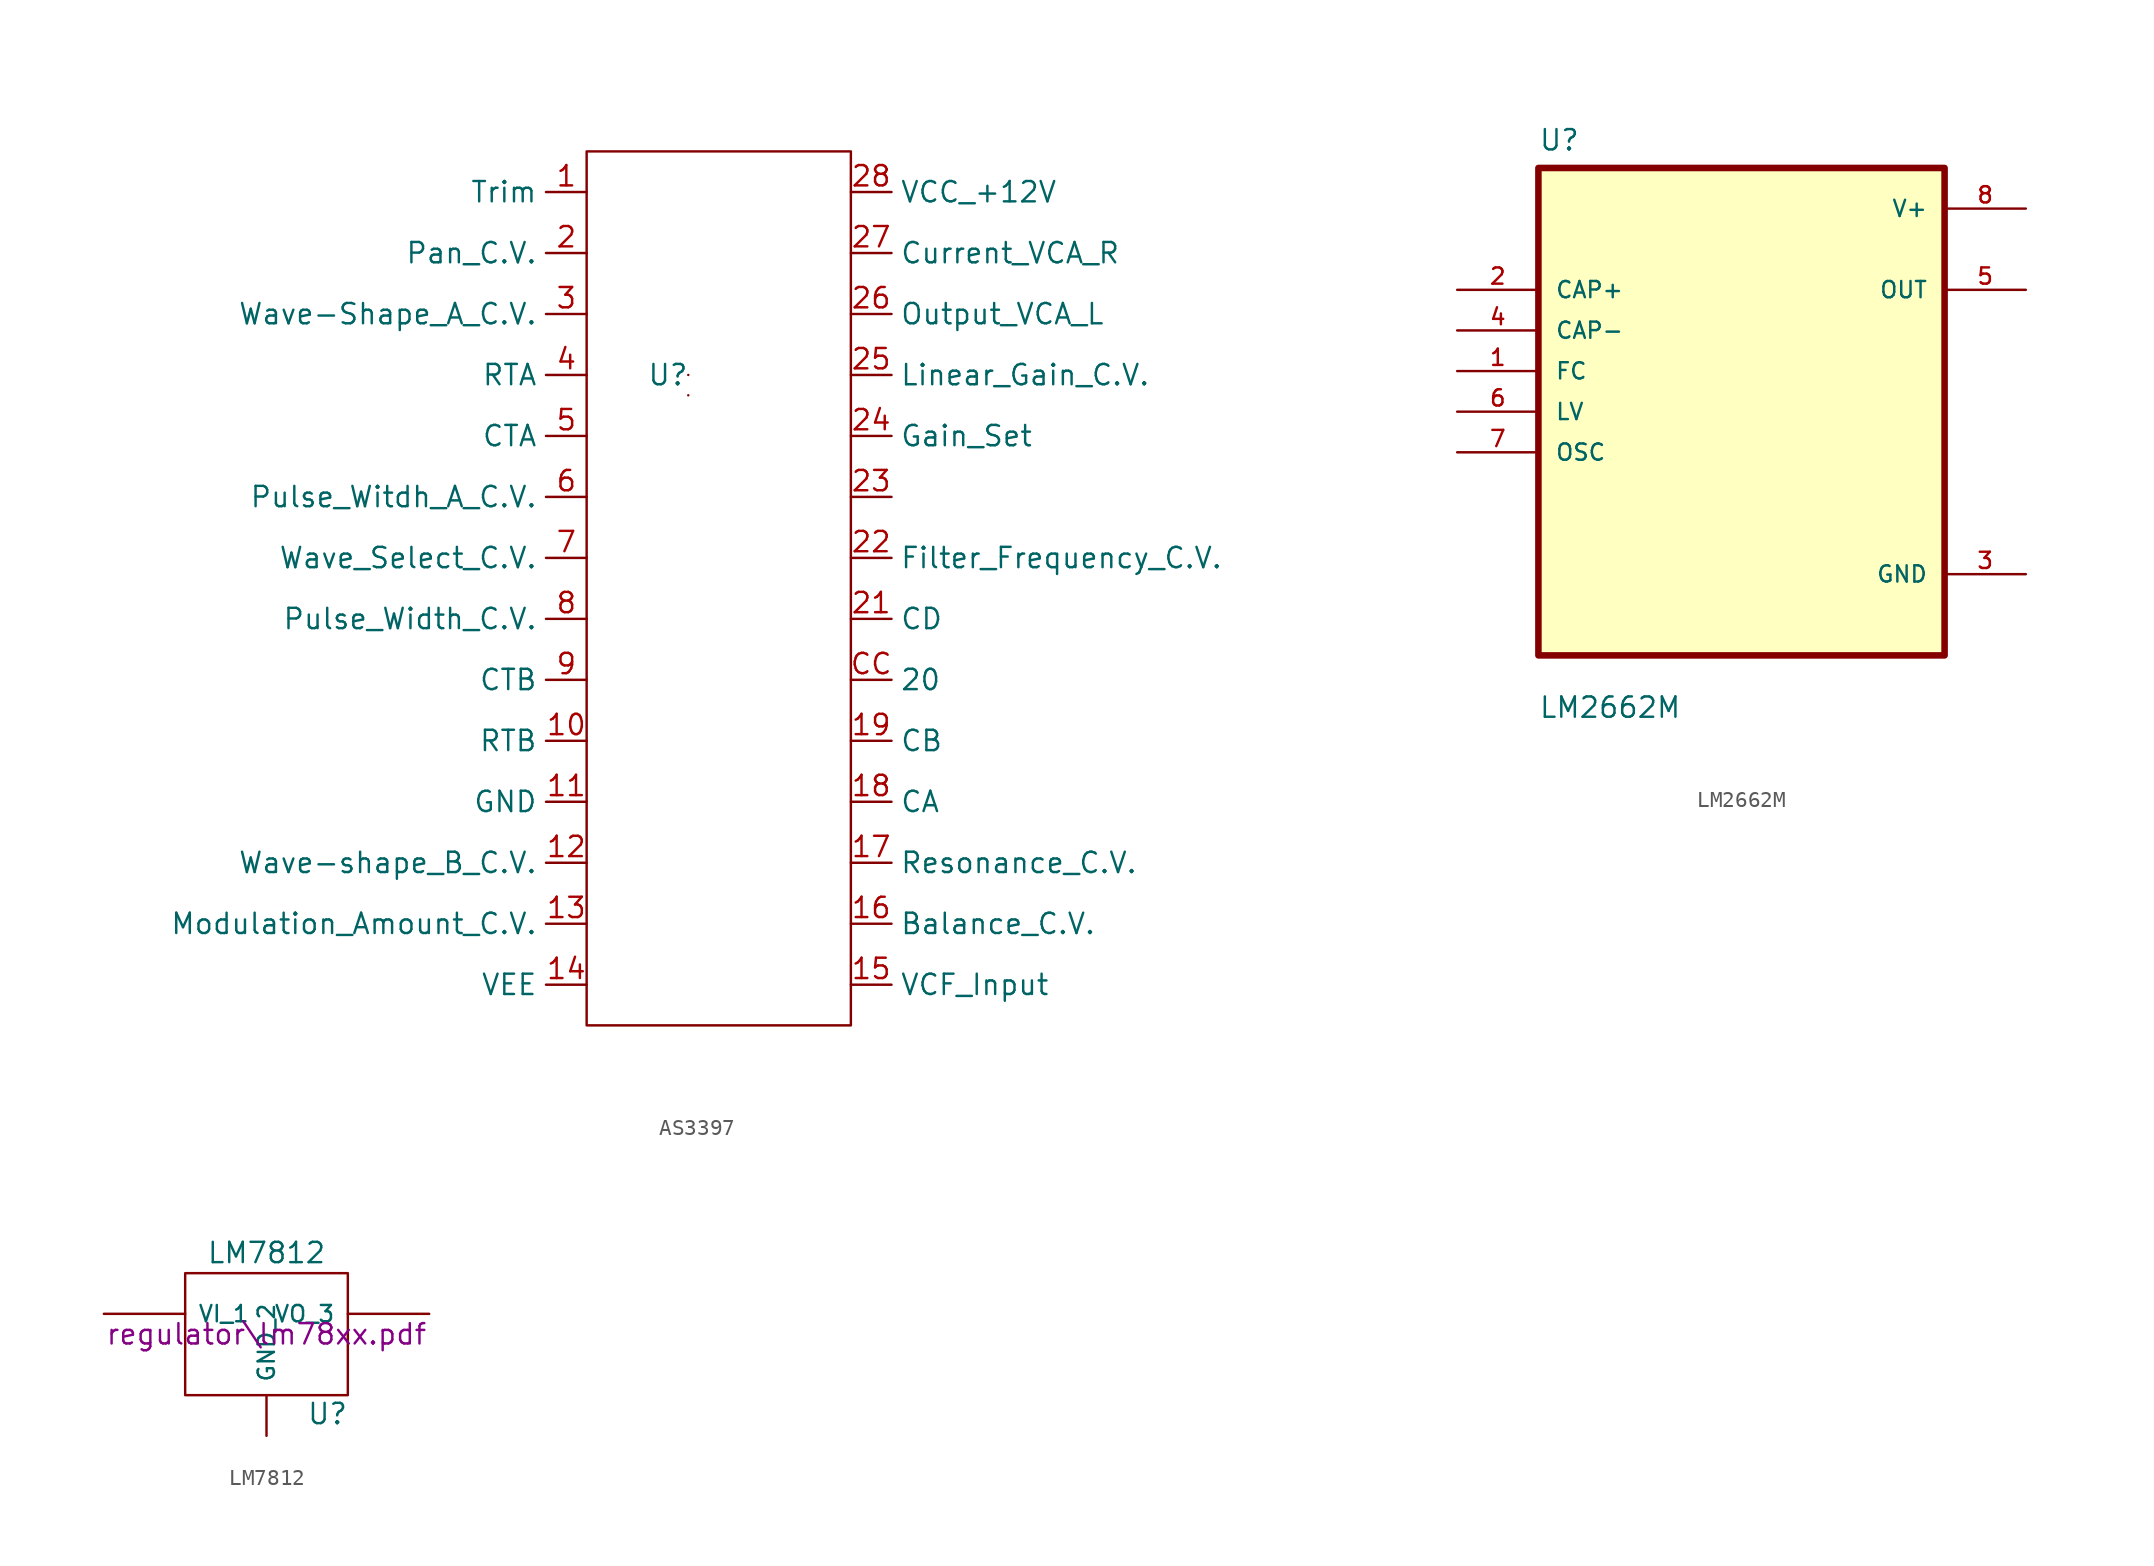
<source format=kicad_sym>
(kicad_symbol_lib
  (version 20220914)
  (generator kicad_symbol_editor)
  (symbol "AS3397"
    (property "Reference" "U"
      (at 0 0 0)
      (effects (font (size 1.27 1.27))))
    (property "Value" ""
      (at 0 0 0)
      (effects (font (size 1.27 1.27))))
    (symbol "AS3397_0_1"
      (rectangle (start -5.08 13.97) (end 11.43 -40.64) (stroke (width 0) (type default)) (fill (type none)))
      (rectangle (start 1.27 -1.27) (end 1.27 -1.27) (stroke (width 0) (type default)) (fill (type none)))
      (rectangle (start 1.27 0) (end 1.27 0) (stroke (width 0) (type default)) (fill (type none))))
    (symbol "AS3397_1_1"
      (pin input line (at -5.08 11.43 180) (length 2.54) (name "Trim" (effects (font (size 1.27 1.27)))) (number "1" (effects (font (size 1.27 1.27)))))
      (pin input line (at -5.08 -22.86 180) (length 2.54) (name "RTB" (effects (font (size 1.27 1.27)))) (number "10" (effects (font (size 1.27 1.27)))))
      (pin input line (at -5.08 -26.67 180) (length 2.54) (name "GND" (effects (font (size 1.27 1.27)))) (number "11" (effects (font (size 1.27 1.27)))))
      (pin input line (at -5.08 -30.48 180) (length 2.54) (name "Wave-shape_B_C.V." (effects (font (size 1.27 1.27)))) (number "12" (effects (font (size 1.27 1.27)))))
      (pin input line (at -5.08 -34.29 180) (length 2.54) (name "Modulation_Amount_C.V." (effects (font (size 1.27 1.27)))) (number "13" (effects (font (size 1.27 1.27)))))
      (pin input line (at -5.08 -38.1 180) (length 2.54) (name "VEE" (effects (font (size 1.27 1.27)))) (number "14" (effects (font (size 1.27 1.27)))))
      (pin input line (at 11.43 -38.1 0) (length 2.54) (name "VCF_Input" (effects (font (size 1.27 1.27)))) (number "15" (effects (font (size 1.27 1.27)))))
      (pin input line (at 11.43 -34.29 0) (length 2.54) (name "Balance_C.V." (effects (font (size 1.27 1.27)))) (number "16" (effects (font (size 1.27 1.27)))))
      (pin input line (at 11.43 -30.48 0) (length 2.54) (name "Resonance_C.V." (effects (font (size 1.27 1.27)))) (number "17" (effects (font (size 1.27 1.27)))))
      (pin input line (at 11.43 -26.67 0) (length 2.54) (name "CA" (effects (font (size 1.27 1.27)))) (number "18" (effects (font (size 1.27 1.27)))))
      (pin input line (at 11.43 -22.86 0) (length 2.54) (name "CB" (effects (font (size 1.27 1.27)))) (number "19" (effects (font (size 1.27 1.27)))))
      (pin input line (at -5.08 7.62 180) (length 2.54) (name "Pan_C.V." (effects (font (size 1.27 1.27)))) (number "2" (effects (font (size 1.27 1.27)))))
      (pin input line (at 11.43 -15.24 0) (length 2.54) (name "CD" (effects (font (size 1.27 1.27)))) (number "21" (effects (font (size 1.27 1.27)))))
      (pin input line (at 11.43 -11.43 0) (length 2.54) (name "Filter_Frequency_C.V." (effects (font (size 1.27 1.27)))) (number "22" (effects (font (size 1.27 1.27)))))
      (pin input line (at 11.43 -7.62 0) (length 2.54) (name "" (effects (font (size 1.27 1.27)))) (number "23" (effects (font (size 1.27 1.27)))))
      (pin input line (at 11.43 -3.81 0) (length 2.54) (name "Gain_Set" (effects (font (size 1.27 1.27)))) (number "24" (effects (font (size 1.27 1.27)))))
      (pin input line (at 11.43 0 0) (length 2.54) (name "Linear_Gain_C.V." (effects (font (size 1.27 1.27)))) (number "25" (effects (font (size 1.27 1.27)))))
      (pin input line (at 11.43 3.81 0) (length 2.54) (name "Output_VCA_L" (effects (font (size 1.27 1.27)))) (number "26" (effects (font (size 1.27 1.27)))))
      (pin input line (at 11.43 7.62 0) (length 2.54) (name "Current_VCA_R" (effects (font (size 1.27 1.27)))) (number "27" (effects (font (size 1.27 1.27)))))
      (pin input line (at 11.43 11.43 0) (length 2.54) (name "VCC_+12V" (effects (font (size 1.27 1.27)))) (number "28" (effects (font (size 1.27 1.27)))))
      (pin input line (at -5.08 3.81 180) (length 2.54) (name "Wave-Shape_A_C.V." (effects (font (size 1.27 1.27)))) (number "3" (effects (font (size 1.27 1.27)))))
      (pin input line (at -5.08 0 180) (length 2.54) (name "RTA" (effects (font (size 1.27 1.27)))) (number "4" (effects (font (size 1.27 1.27)))))
      (pin input line (at -5.08 -3.81 180) (length 2.54) (name "CTA" (effects (font (size 1.27 1.27)))) (number "5" (effects (font (size 1.27 1.27)))))
      (pin input line (at -5.08 -7.62 180) (length 2.54) (name "Pulse_Witdh_A_C.V." (effects (font (size 1.27 1.27)))) (number "6" (effects (font (size 1.27 1.27)))))
      (pin input line (at -5.08 -11.43 180) (length 2.54) (name "Wave_Select_C.V." (effects (font (size 1.27 1.27)))) (number "7" (effects (font (size 1.27 1.27)))))
      (pin input line (at -5.08 -15.24 180) (length 2.54) (name "Pulse_Width_C.V." (effects (font (size 1.27 1.27)))) (number "8" (effects (font (size 1.27 1.27)))))
      (pin input line (at -5.08 -19.05 180) (length 2.54) (name "CTB" (effects (font (size 1.27 1.27)))) (number "9" (effects (font (size 1.27 1.27)))))
      (pin input line (at 11.43 -19.05 0) (length 2.54) (name "20" (effects (font (size 1.27 1.27)))) (number "CC" (effects (font (size 1.27 1.27)))))))
  (symbol "LM2662M"
    (pin_names
      (offset 1.016))
    (property "Reference" "U"
      (at -12.7 16.24 0)
      (effects (font (size 1.27 1.27)) (justify left bottom)))
    (property "Value" "LM2662M"
      (at -12.7 -19.24 0)
      (effects (font (size 1.27 1.27)) (justify left bottom)))
    (symbol "LM2662M_0_0"
      (rectangle (start -12.7 -15.24) (end 12.7 15.24) (stroke (width 0.41) (type default)) (fill (type background)))
      (pin input line (at -17.78 2.54 0) (length 5.08) (name "FC" (effects (font (size 1.016 1.016)))) (number "1" (effects (font (size 1.016 1.016)))))
      (pin input line (at -17.78 7.62 0) (length 5.08) (name "CAP+" (effects (font (size 1.016 1.016)))) (number "2" (effects (font (size 1.016 1.016)))))
      (pin power_in line (at 17.78 -10.16 180) (length 5.08) (name "GND" (effects (font (size 1.016 1.016)))) (number "3" (effects (font (size 1.016 1.016)))))
      (pin input line (at -17.78 5.08 0) (length 5.08) (name "CAP-" (effects (font (size 1.016 1.016)))) (number "4" (effects (font (size 1.016 1.016)))))
      (pin output line (at 17.78 7.62 180) (length 5.08) (name "OUT" (effects (font (size 1.016 1.016)))) (number "5" (effects (font (size 1.016 1.016)))))
      (pin input line (at -17.78 0 0) (length 5.08) (name "LV" (effects (font (size 1.016 1.016)))) (number "6" (effects (font (size 1.016 1.016)))))
      (pin input line (at -17.78 -2.54 0) (length 5.08) (name "OSC" (effects (font (size 1.016 1.016)))) (number "7" (effects (font (size 1.016 1.016)))))
      (pin power_in line (at 17.78 12.7 180) (length 5.08) (name "V+" (effects (font (size 1.016 1.016)))) (number "8" (effects (font (size 1.016 1.016)))))))
  (symbol "LM7812"
    (pin_numbers hide)
    (pin_names
      (offset 0.762))
    (property "Reference" "U"
      (at 3.81 -4.978 0)
      (effects (font (size 1.27 1.27))))
    (property "Value" "LM7812"
      (at 0 5.08 0)
      (effects (font (size 1.27 1.27))))
    (property "Footprint" ""
      (at 0 0 0)
      (effects (font (size 1.27 1.27))))
    (property "Datasheet" "regulator\\lm78xx.pdf"
      (at 0 0 0)
      (effects (font (size 1.27 1.27))))
    (symbol "LM7812_0_1"
      (rectangle (start -5.08 -3.81) (end 5.08 3.81) (stroke (width 0) (type solid)) (fill (type none))))
    (symbol "LM7812_1_1"
      (pin input line (at -10.16 1.27 0) (length 5.08) (name "VI_1" (effects (font (size 1.016 1.016)))) (number "1" (effects (font (size 1.016 1.016)))))
      (pin input line (at 0 -6.35 90) (length 2.54) (name "GND_2" (effects (font (size 1.016 1.016)))) (number "2" (effects (font (size 1.016 1.016)))))
      (pin power_out line (at 10.16 1.27 180) (length 5.08) (name "VO_3" (effects (font (size 1.016 1.016)))) (number "3" (effects (font (size 1.016 1.016))))))))
</source>
